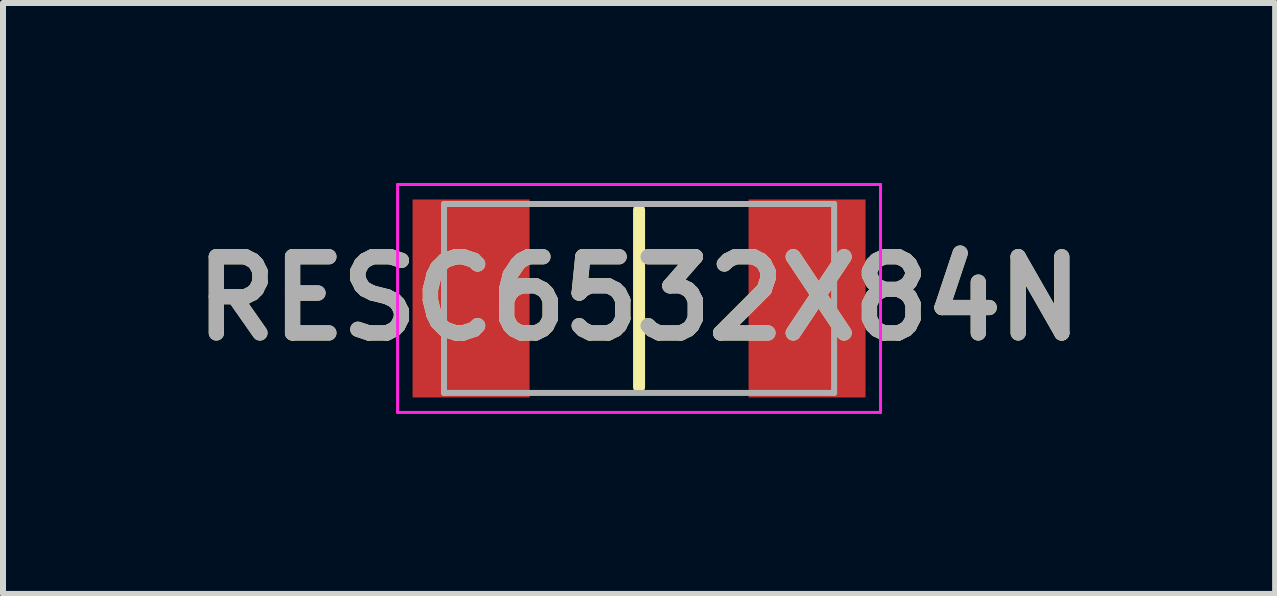
<source format=kicad_pcb>
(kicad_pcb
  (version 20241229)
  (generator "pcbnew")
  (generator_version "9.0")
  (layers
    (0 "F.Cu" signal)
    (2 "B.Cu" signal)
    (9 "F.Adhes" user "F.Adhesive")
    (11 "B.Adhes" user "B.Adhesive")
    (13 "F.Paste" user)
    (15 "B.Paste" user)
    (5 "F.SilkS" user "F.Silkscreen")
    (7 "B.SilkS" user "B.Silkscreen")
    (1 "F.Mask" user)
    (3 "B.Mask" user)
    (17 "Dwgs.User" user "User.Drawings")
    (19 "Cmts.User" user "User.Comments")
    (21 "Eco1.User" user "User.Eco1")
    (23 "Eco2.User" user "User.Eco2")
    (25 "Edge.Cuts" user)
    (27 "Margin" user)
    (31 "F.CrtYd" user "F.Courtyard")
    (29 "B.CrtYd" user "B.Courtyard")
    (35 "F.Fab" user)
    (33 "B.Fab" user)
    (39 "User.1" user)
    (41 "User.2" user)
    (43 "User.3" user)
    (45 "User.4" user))
  (footprint "RESC6532X84N"
    (layer "F.Cu")
    (at 7.602 1.925)
    (property "Reference" "RESC6532X84N" (at 0 0 0) (layer "F.SilkS") (effects (font (size 1.27 1.27) (thickness 0.254))))
    (attr smd)
    (fp_line (start 0 -1.475) (end 0 1.475) (stroke (width 0.2) (type solid)) (layer "F.SilkS"))
    (fp_line (start -4.025 -1.9) (end 4.025 -1.9) (stroke (width 0.05) (type solid)) (layer "F.CrtYd"))
    (fp_line (start -4.025 1.9) (end -4.025 -1.9) (stroke (width 0.05) (type solid)) (layer "F.CrtYd"))
    (fp_line (start 4.025 -1.9) (end 4.025 1.9) (stroke (width 0.05) (type solid)) (layer "F.CrtYd"))
    (fp_line (start 4.025 1.9) (end -4.025 1.9) (stroke (width 0.05) (type solid)) (layer "F.CrtYd"))
    (fp_line (start -3.251 -1.575) (end 3.251 -1.575) (stroke (width 0.1) (type solid)) (layer "F.Fab"))
    (fp_line (start -3.251 1.575) (end -3.251 -1.575) (stroke (width 0.1) (type solid)) (layer "F.Fab"))
    (fp_line (start 3.251 -1.575) (end 3.251 1.575) (stroke (width 0.1) (type solid)) (layer "F.Fab"))
    (fp_line (start 3.251 1.575) (end -3.251 1.575) (stroke (width 0.1) (type solid)) (layer "F.Fab"))
    (fp_text user "${REFERENCE}" (at 0 0 0) (layer "F.Fab") (effects (font (size 1.27 1.27) (thickness 0.254))))
    (pad "1" smd rect (at -2.8 0) (size 1.95 3.3) (layers "F.Cu" "F.Mask" "F.Paste"))
    (pad "4" smd rect (at 2.8 0) (size 1.95 3.3) (layers "F.Cu" "F.Mask" "F.Paste")))
  (gr_rect
    (start -3 -3)
    (end 18.204 6.85)
    (stroke (width 0.1) (type default))
    (fill no)
    (layer "Edge.Cuts")))
</source>
